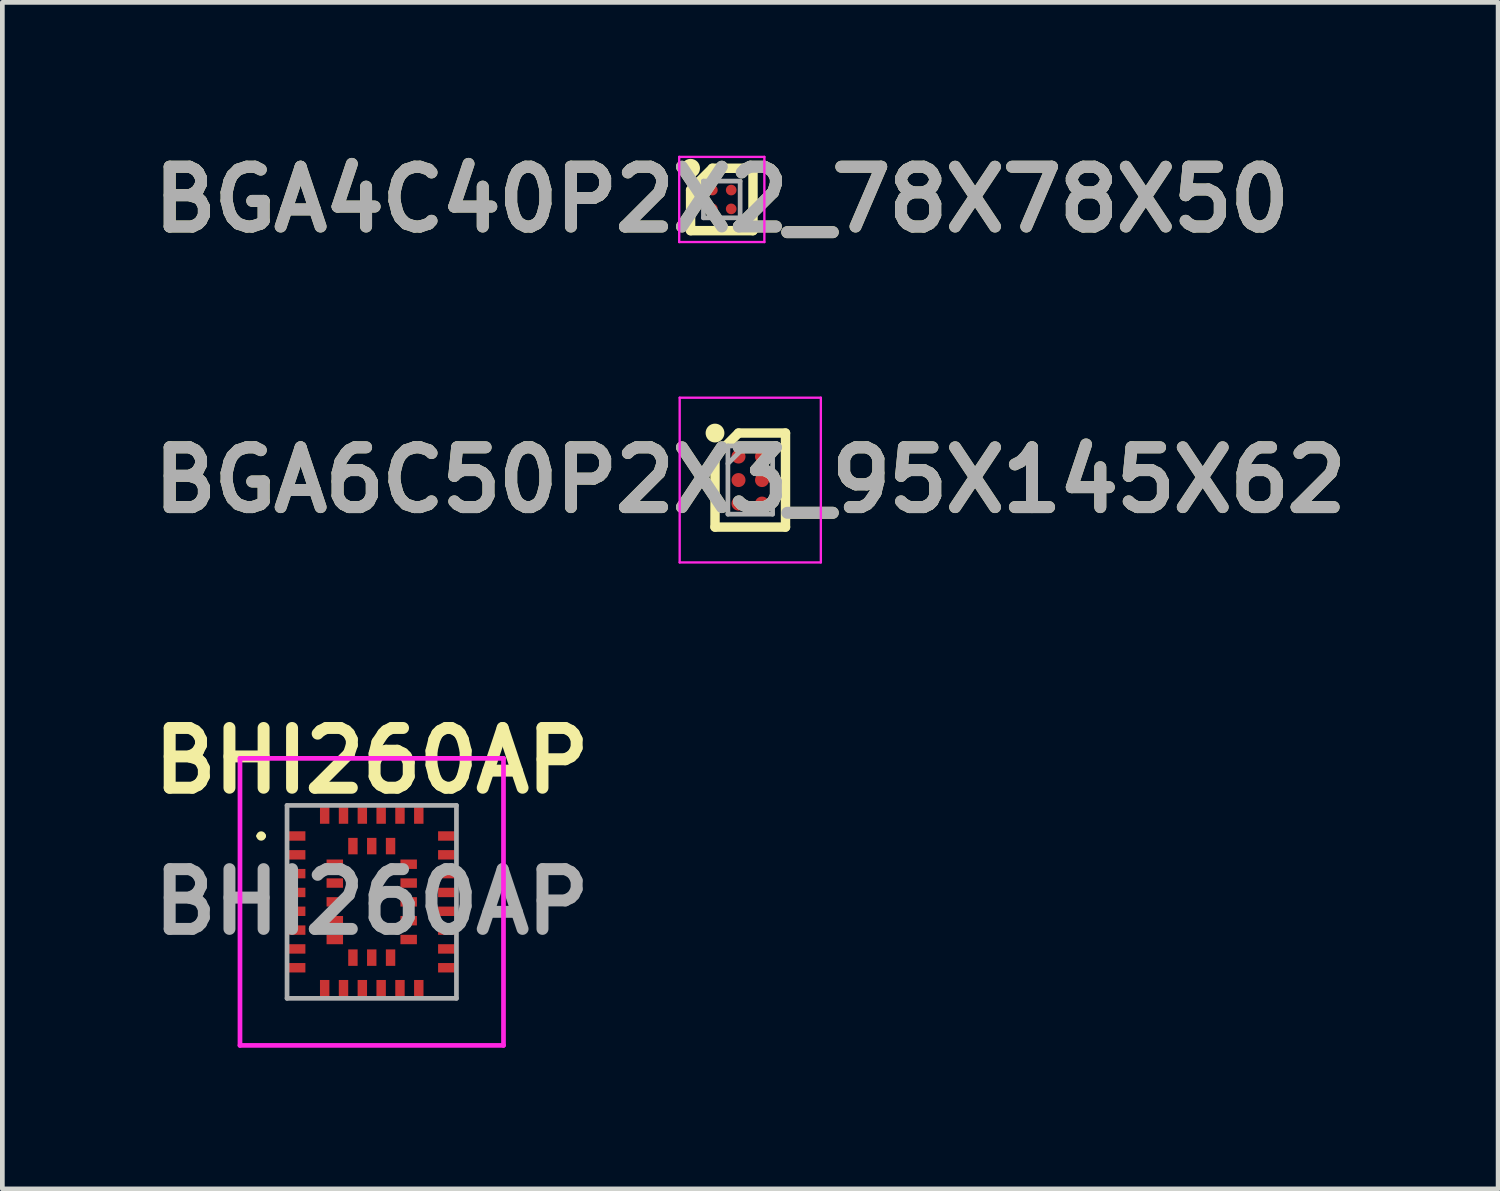
<source format=kicad_pcb>
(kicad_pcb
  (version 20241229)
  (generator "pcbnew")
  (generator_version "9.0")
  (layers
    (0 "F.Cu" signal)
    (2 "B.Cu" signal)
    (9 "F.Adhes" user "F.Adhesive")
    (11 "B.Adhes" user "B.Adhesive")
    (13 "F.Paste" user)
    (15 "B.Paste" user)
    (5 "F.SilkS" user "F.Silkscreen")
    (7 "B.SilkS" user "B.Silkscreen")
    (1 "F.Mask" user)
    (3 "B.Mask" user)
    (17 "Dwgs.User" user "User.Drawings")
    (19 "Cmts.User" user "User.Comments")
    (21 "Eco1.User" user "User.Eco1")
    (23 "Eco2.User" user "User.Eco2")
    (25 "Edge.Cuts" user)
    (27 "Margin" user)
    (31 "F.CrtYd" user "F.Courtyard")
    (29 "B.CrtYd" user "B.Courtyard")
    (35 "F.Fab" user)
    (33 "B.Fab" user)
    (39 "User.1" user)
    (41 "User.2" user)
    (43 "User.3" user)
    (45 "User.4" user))
  (footprint "BHI260AP"
    (layer "F.Cu")
    (at 4.85 16.116)
    (property "Reference" "BHI260AP" (at 0 -3 0) (layer "F.SilkS") (effects (font (size 1.27 1.27) (thickness 0.254))))
    (attr smd)
    (fp_line (start -2.4 -1.4) (end -2.4 -1.4) (stroke (width 0.1) (type solid)) (layer "F.SilkS"))
    (fp_line (start -2.3 -1.4) (end -2.3 -1.4) (stroke (width 0.1) (type solid)) (layer "F.SilkS"))
    (fp_arc (start -2.4 -1.4) (mid -2.35 -1.45) (end -2.3 -1.4) (stroke (width 0.1) (type solid)) (layer "F.SilkS"))
    (fp_arc (start -2.3 -1.4) (mid -2.35 -1.35) (end -2.4 -1.4) (stroke (width 0.1) (type solid)) (layer "F.SilkS"))
    (fp_line (start -2.8 -3.05) (end 2.8 -3.05) (stroke (width 0.1) (type solid)) (layer "F.CrtYd"))
    (fp_line (start -2.8 3.05) (end -2.8 -3.05) (stroke (width 0.1) (type solid)) (layer "F.CrtYd"))
    (fp_line (start 2.8 -3.05) (end 2.8 3.05) (stroke (width 0.1) (type solid)) (layer "F.CrtYd"))
    (fp_line (start 2.8 3.05) (end -2.8 3.05) (stroke (width 0.1) (type solid)) (layer "F.CrtYd"))
    (fp_line (start -1.8 -2.05) (end -1.8 2.05) (stroke (width 0.1) (type solid)) (layer "F.Fab"))
    (fp_line (start -1.8 2.05) (end 1.8 2.05) (stroke (width 0.1) (type solid)) (layer "F.Fab"))
    (fp_line (start 1.8 -2.05) (end -1.8 -2.05) (stroke (width 0.1) (type solid)) (layer "F.Fab"))
    (fp_line (start 1.8 2.05) (end 1.8 -2.05) (stroke (width 0.1) (type solid)) (layer "F.Fab"))
    (fp_text user "${REFERENCE}" (at 0 0 0) (layer "F.Fab") (effects (font (size 1.27 1.27) (thickness 0.254))))
    (pad "1" smd rect (at -1.585 -1.4 90) (size 0.2 0.35) (layers "F.Cu" "F.Mask" "F.Paste"))
    (pad "2" smd rect (at -1.585 -1 90) (size 0.2 0.35) (layers "F.Cu" "F.Mask" "F.Paste"))
    (pad "3" smd rect (at -1.585 -0.6 90) (size 0.2 0.35) (layers "F.Cu" "F.Mask" "F.Paste"))
    (pad "4" smd rect (at -1.585 -0.2 90) (size 0.2 0.35) (layers "F.Cu" "F.Mask" "F.Paste"))
    (pad "5" smd rect (at -1.585 0.2 90) (size 0.2 0.35) (layers "F.Cu" "F.Mask" "F.Paste"))
    (pad "6" smd rect (at -1.585 0.6 90) (size 0.2 0.35) (layers "F.Cu" "F.Mask" "F.Paste"))
    (pad "7" smd rect (at -1.585 1 90) (size 0.2 0.35) (layers "F.Cu" "F.Mask" "F.Paste"))
    (pad "8" smd rect (at -1.585 1.4 90) (size 0.2 0.35) (layers "F.Cu" "F.Mask" "F.Paste"))
    (pad "9" smd rect (at -1 1.835) (size 0.2 0.35) (layers "F.Cu" "F.Mask" "F.Paste"))
    (pad "10" smd rect (at -0.6 1.835) (size 0.2 0.35) (layers "F.Cu" "F.Mask" "F.Paste"))
    (pad "11" smd rect (at -0.2 1.835) (size 0.2 0.35) (layers "F.Cu" "F.Mask" "F.Paste"))
    (pad "12" smd rect (at 0.2 1.835) (size 0.2 0.35) (layers "F.Cu" "F.Mask" "F.Paste"))
    (pad "13" smd rect (at 0.6 1.835) (size 0.2 0.35) (layers "F.Cu" "F.Mask" "F.Paste"))
    (pad "14" smd rect (at 1 1.835) (size 0.2 0.35) (layers "F.Cu" "F.Mask" "F.Paste"))
    (pad "15" smd rect (at 1.585 1.4 90) (size 0.2 0.35) (layers "F.Cu" "F.Mask" "F.Paste"))
    (pad "16" smd rect (at 1.585 1 90) (size 0.2 0.35) (layers "F.Cu" "F.Mask" "F.Paste"))
    (pad "17" smd rect (at 1.585 0.6 90) (size 0.2 0.35) (layers "F.Cu" "F.Mask" "F.Paste"))
    (pad "18" smd rect (at 1.585 0.2 90) (size 0.2 0.35) (layers "F.Cu" "F.Mask" "F.Paste"))
    (pad "19" smd rect (at 1.585 -0.2 90) (size 0.2 0.35) (layers "F.Cu" "F.Mask" "F.Paste"))
    (pad "20" smd rect (at 1.585 -0.6 90) (size 0.2 0.35) (layers "F.Cu" "F.Mask" "F.Paste"))
    (pad "21" smd rect (at 1.585 -1 90) (size 0.2 0.35) (layers "F.Cu" "F.Mask" "F.Paste"))
    (pad "22" smd rect (at 1.585 -1.4 90) (size 0.2 0.35) (layers "F.Cu" "F.Mask" "F.Paste"))
    (pad "23" smd rect (at 1 -1.835) (size 0.2 0.35) (layers "F.Cu" "F.Mask" "F.Paste"))
    (pad "24" smd rect (at 0.6 -1.835) (size 0.2 0.35) (layers "F.Cu" "F.Mask" "F.Paste"))
    (pad "25" smd rect (at 0.2 -1.835) (size 0.2 0.35) (layers "F.Cu" "F.Mask" "F.Paste"))
    (pad "26" smd rect (at -0.2 -1.835) (size 0.2 0.35) (layers "F.Cu" "F.Mask" "F.Paste"))
    (pad "27" smd rect (at -0.6 -1.835) (size 0.2 0.35) (layers "F.Cu" "F.Mask" "F.Paste"))
    (pad "28" smd rect (at -1 -1.835) (size 0.2 0.35) (layers "F.Cu" "F.Mask" "F.Paste"))
    (pad "29" smd rect (at -0.785 -0.8 90) (size 0.2 0.35) (layers "F.Cu" "F.Mask" "F.Paste"))
    (pad "30" smd rect (at -0.785 -0.4 90) (size 0.2 0.35) (layers "F.Cu" "F.Mask" "F.Paste"))
    (pad "31" smd rect (at -0.785 0 90) (size 0.2 0.35) (layers "F.Cu" "F.Mask" "F.Paste"))
    (pad "32" smd rect (at -0.785 0.4 90) (size 0.2 0.35) (layers "F.Cu" "F.Mask" "F.Paste"))
    (pad "33" smd rect (at -0.785 0.8 90) (size 0.2 0.35) (layers "F.Cu" "F.Mask" "F.Paste"))
    (pad "34" smd rect (at -0.4 1.185) (size 0.2 0.35) (layers "F.Cu" "F.Mask" "F.Paste"))
    (pad "35" smd rect (at 0 1.185) (size 0.2 0.35) (layers "F.Cu" "F.Mask" "F.Paste"))
    (pad "36" smd rect (at 0.4 1.185) (size 0.2 0.35) (layers "F.Cu" "F.Mask" "F.Paste"))
    (pad "37" smd rect (at 0.785 0.8 90) (size 0.2 0.35) (layers "F.Cu" "F.Mask" "F.Paste"))
    (pad "38" smd rect (at 0.785 0.4 90) (size 0.2 0.35) (layers "F.Cu" "F.Mask" "F.Paste"))
    (pad "39" smd rect (at 0.785 0 90) (size 0.2 0.35) (layers "F.Cu" "F.Mask" "F.Paste"))
    (pad "40" smd rect (at 0.785 -0.4 90) (size 0.2 0.35) (layers "F.Cu" "F.Mask" "F.Paste"))
    (pad "41" smd rect (at 0.785 -0.8 90) (size 0.2 0.35) (layers "F.Cu" "F.Mask" "F.Paste"))
    (pad "42" smd rect (at 0.4 -1.185) (size 0.2 0.35) (layers "F.Cu" "F.Mask" "F.Paste"))
    (pad "43" smd rect (at 0 -1.185) (size 0.2 0.35) (layers "F.Cu" "F.Mask" "F.Paste"))
    (pad "44" smd rect (at -0.4 -1.185) (size 0.2 0.35) (layers "F.Cu" "F.Mask" "F.Paste")))
  (footprint "BGA4C40P2X2_78X78X50"
    (layer "F.Cu")
    (at 12.289 1.189)
    (property "Reference" "BGA4C40P2X2_78X78X50" (at 0 0 0) (layer "F.SilkS") (effects (font (size 1.27 1.27) (thickness 0.254))))
    (attr smd)
    (fp_line (start -0.663 -0.2) (end -0.2 -0.663) (stroke (width 0.2) (type solid)) (layer "F.SilkS"))
    (fp_line (start -0.663 0.663) (end -0.663 -0.2) (stroke (width 0.2) (type solid)) (layer "F.SilkS"))
    (fp_line (start -0.2 -0.663) (end 0.663 -0.663) (stroke (width 0.2) (type solid)) (layer "F.SilkS"))
    (fp_line (start 0.663 -0.663) (end 0.663 0.663) (stroke (width 0.2) (type solid)) (layer "F.SilkS"))
    (fp_line (start 0.663 0.663) (end -0.663 0.663) (stroke (width 0.2) (type solid)) (layer "F.SilkS"))
    (fp_circle (center -0.663 -0.663) (end -0.663 -0.563) (stroke (width 0.2) (type solid)) (fill no) (layer "F.SilkS"))
    (fp_line (start -0.905 -0.905) (end 0.905 -0.905) (stroke (width 0.05) (type solid)) (layer "F.CrtYd"))
    (fp_line (start -0.905 0.905) (end -0.905 -0.905) (stroke (width 0.05) (type solid)) (layer "F.CrtYd"))
    (fp_line (start 0.905 -0.905) (end 0.905 0.905) (stroke (width 0.05) (type solid)) (layer "F.CrtYd"))
    (fp_line (start 0.905 0.905) (end -0.905 0.905) (stroke (width 0.05) (type solid)) (layer "F.CrtYd"))
    (fp_line (start -0.39 -0.39) (end 0.39 -0.39) (stroke (width 0.1) (type solid)) (layer "F.Fab"))
    (fp_line (start -0.39 -0.188) (end -0.188 -0.39) (stroke (width 0.1) (type solid)) (layer "F.Fab"))
    (fp_line (start -0.39 0.39) (end -0.39 -0.39) (stroke (width 0.1) (type solid)) (layer "F.Fab"))
    (fp_line (start 0.39 -0.39) (end 0.39 0.39) (stroke (width 0.1) (type solid)) (layer "F.Fab"))
    (fp_line (start 0.39 0.39) (end -0.39 0.39) (stroke (width 0.1) (type solid)) (layer "F.Fab"))
    (fp_text user "${REFERENCE}" (at 0 0 0) (layer "F.Fab") (effects (font (size 1.27 1.27) (thickness 0.254))))
    (pad "A1" smd circle (at -0.2 -0.2 90) (size 0.226 0.226) (layers "F.Cu" "F.Mask" "F.Paste"))
    (pad "A2" smd circle (at 0.2 -0.2 90) (size 0.226 0.226) (layers "F.Cu" "F.Mask" "F.Paste"))
    (pad "B1" smd circle (at -0.2 0.2 90) (size 0.226 0.226) (layers "F.Cu" "F.Mask" "F.Paste"))
    (pad "B2" smd circle (at 0.2 0.2 90) (size 0.226 0.226) (layers "F.Cu" "F.Mask" "F.Paste")))
  (footprint "BGA6C50P2X3_95X145X62"
    (layer "F.Cu")
    (at 12.894 7.152)
    (property "Reference" "BGA6C50P2X3_95X145X62" (at 0 0 0) (layer "F.SilkS") (effects (font (size 1.27 1.27) (thickness 0.254))))
    (attr smd)
    (fp_line (start -0.749 -0.5) (end -0.25 -0.999) (stroke (width 0.2) (type solid)) (layer "F.SilkS"))
    (fp_line (start -0.749 0.999) (end -0.749 -0.5) (stroke (width 0.2) (type solid)) (layer "F.SilkS"))
    (fp_line (start -0.25 -0.999) (end 0.749 -0.999) (stroke (width 0.2) (type solid)) (layer "F.SilkS"))
    (fp_line (start 0.749 -0.999) (end 0.749 0.999) (stroke (width 0.2) (type solid)) (layer "F.SilkS"))
    (fp_line (start 0.749 0.999) (end -0.749 0.999) (stroke (width 0.2) (type solid)) (layer "F.SilkS"))
    (fp_circle (center -0.749 -0.999) (end -0.749 -0.899) (stroke (width 0.2) (type solid)) (fill no) (layer "F.SilkS"))
    (fp_line (start -1.5 -1.75) (end 1.5 -1.75) (stroke (width 0.05) (type solid)) (layer "F.CrtYd"))
    (fp_line (start -1.5 1.75) (end -1.5 -1.75) (stroke (width 0.05) (type solid)) (layer "F.CrtYd"))
    (fp_line (start 1.5 -1.75) (end 1.5 1.75) (stroke (width 0.05) (type solid)) (layer "F.CrtYd"))
    (fp_line (start 1.5 1.75) (end -1.5 1.75) (stroke (width 0.05) (type solid)) (layer "F.CrtYd"))
    (fp_line (start -0.475 -0.725) (end 0.475 -0.725) (stroke (width 0.1) (type solid)) (layer "F.Fab"))
    (fp_line (start -0.475 -0.35) (end -0.1 -0.725) (stroke (width 0.1) (type solid)) (layer "F.Fab"))
    (fp_line (start -0.475 0.725) (end -0.475 -0.725) (stroke (width 0.1) (type solid)) (layer "F.Fab"))
    (fp_line (start 0.475 -0.725) (end 0.475 0.725) (stroke (width 0.1) (type solid)) (layer "F.Fab"))
    (fp_line (start 0.475 0.725) (end -0.475 0.725) (stroke (width 0.1) (type solid)) (layer "F.Fab"))
    (fp_text user "${REFERENCE}" (at 0 0 0) (layer "F.Fab") (effects (font (size 1.27 1.27) (thickness 0.254))))
    (pad "A1" smd circle (at -0.25 -0.5 90) (size 0.298 0.298) (layers "F.Cu" "F.Mask" "F.Paste"))
    (pad "A2" smd circle (at 0.25 -0.5 90) (size 0.298 0.298) (layers "F.Cu" "F.Mask" "F.Paste"))
    (pad "B1" smd circle (at -0.25 0 90) (size 0.298 0.298) (layers "F.Cu" "F.Mask" "F.Paste"))
    (pad "B2" smd circle (at 0.25 0 90) (size 0.298 0.298) (layers "F.Cu" "F.Mask" "F.Paste"))
    (pad "C1" smd circle (at -0.25 0.5 90) (size 0.298 0.298) (layers "F.Cu" "F.Mask" "F.Paste"))
    (pad "C2" smd circle (at 0.25 0.5 90) (size 0.298 0.298) (layers "F.Cu" "F.Mask" "F.Paste")))
  (gr_rect
    (start -3 -3)
    (end 28.787 22.216)
    (stroke (width 0.1) (type default))
    (fill no)
    (layer "Edge.Cuts")))
</source>
